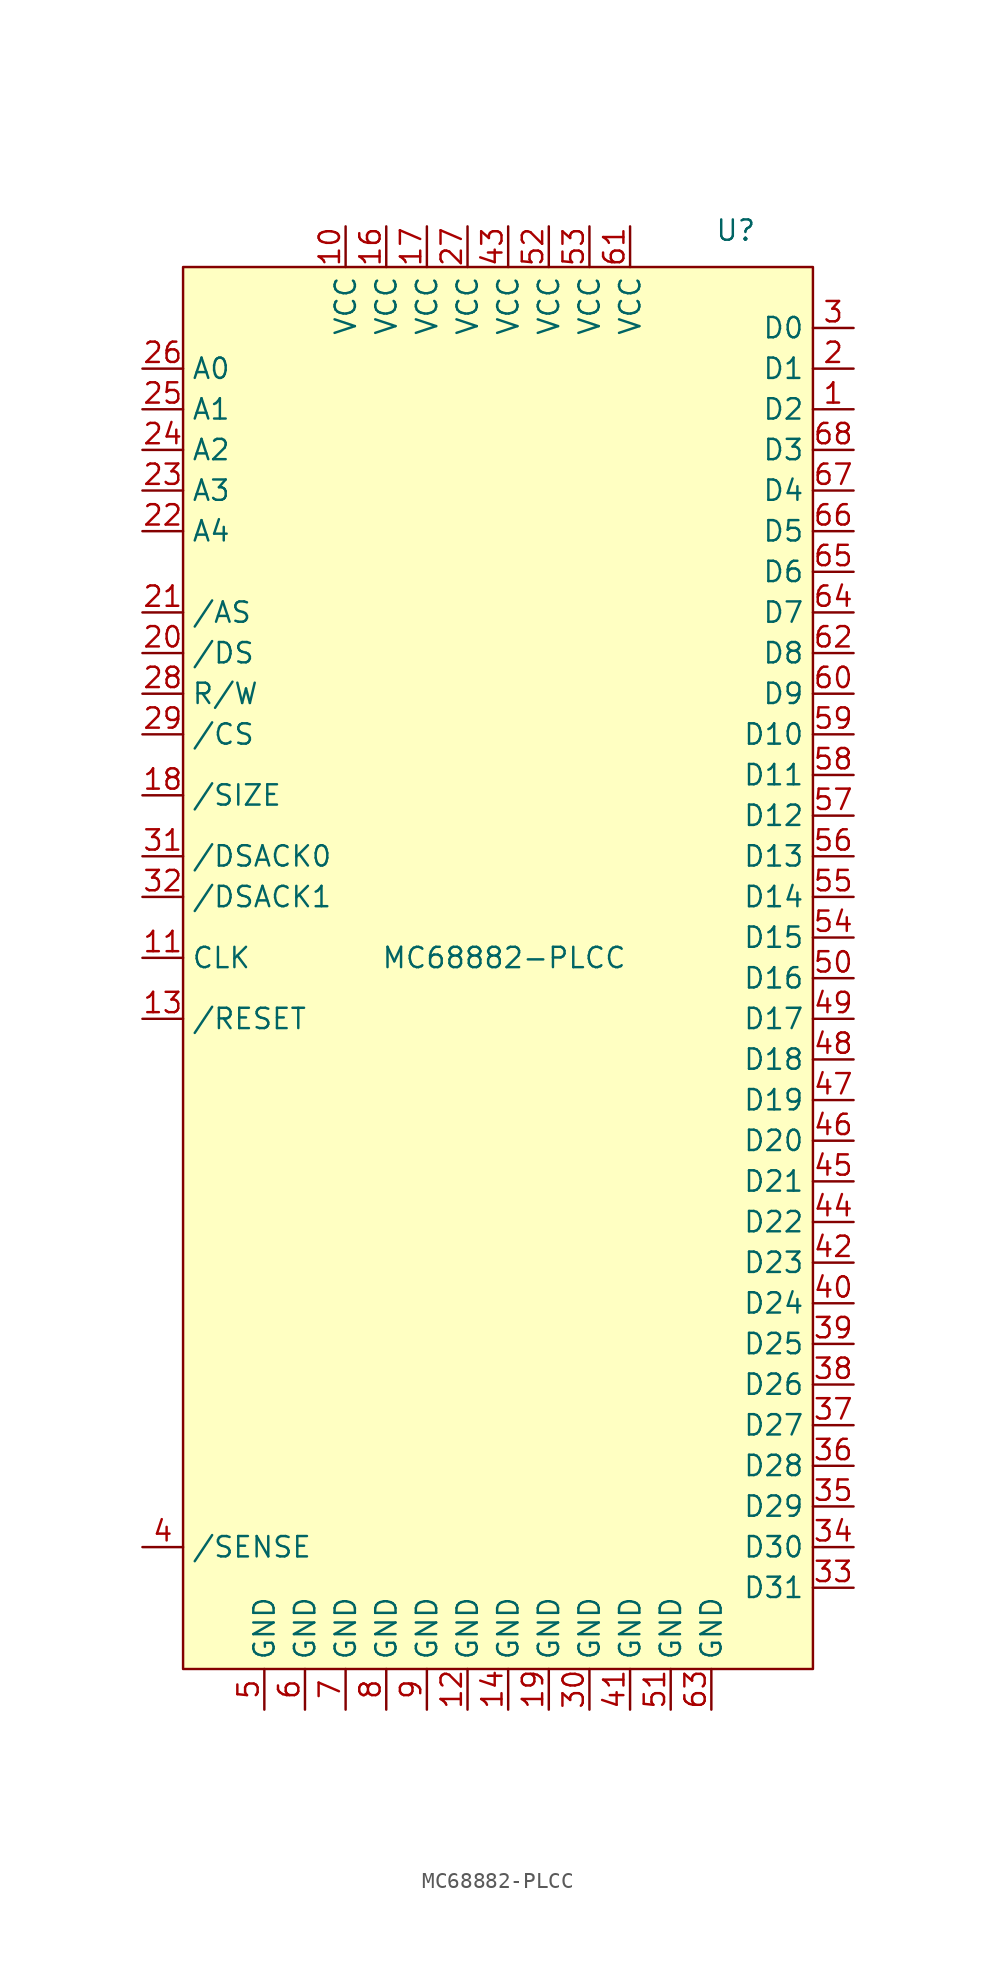
<source format=kicad_sym>
(kicad_symbol_lib
  (version 20241209)
  (generator "kicad_symbol_editor")
  (generator_version "9.0")
  (symbol "MC68882-PLCC"
    (property "Reference" "U"
      (at 15.494 48.006 0)
      (effects (font (size 1.27 1.27))))
    (property "Value" "MC68882-PLCC"
      (at 1.016 2.54 0)
      (effects (font (size 1.27 1.27))))
    (symbol "MC68882-PLCC_1_1"
      (rectangle (start -19.05 45.72) (end 20.32 -41.91) (stroke (width 0) (type default)) (fill (type background)))
      (pin input line (at -21.59 39.37 0) (length 2.54) (name "A0" (effects (font (size 1.27 1.27)))) (number "26" (effects (font (size 1.27 1.27)))))
      (pin input line (at -21.59 36.83 0) (length 2.54) (name "A1" (effects (font (size 1.27 1.27)))) (number "25" (effects (font (size 1.27 1.27)))))
      (pin input line (at -21.59 34.29 0) (length 2.54) (name "A2" (effects (font (size 1.27 1.27)))) (number "24" (effects (font (size 1.27 1.27)))))
      (pin input line (at -21.59 31.75 0) (length 2.54) (name "A3" (effects (font (size 1.27 1.27)))) (number "23" (effects (font (size 1.27 1.27)))))
      (pin input line (at -21.59 29.21 0) (length 2.54) (name "A4" (effects (font (size 1.27 1.27)))) (number "22" (effects (font (size 1.27 1.27)))))
      (pin input line (at -21.59 24.13 0) (length 2.54) (name "/AS" (effects (font (size 1.27 1.27)))) (number "21" (effects (font (size 1.27 1.27)))))
      (pin input line (at -21.59 21.59 0) (length 2.54) (name "/DS" (effects (font (size 1.27 1.27)))) (number "20" (effects (font (size 1.27 1.27)))))
      (pin input line (at -21.59 19.05 0) (length 2.54) (name "R/W" (effects (font (size 1.27 1.27)))) (number "28" (effects (font (size 1.27 1.27)))))
      (pin input line (at -21.59 16.51 0) (length 2.54) (name "/CS" (effects (font (size 1.27 1.27)))) (number "29" (effects (font (size 1.27 1.27)))))
      (pin input line (at -21.59 12.7 0) (length 2.54) (name "/SIZE" (effects (font (size 1.27 1.27)))) (number "18" (effects (font (size 1.27 1.27)))))
      (pin output line (at -21.59 8.89 0) (length 2.54) (name "/DSACK0" (effects (font (size 1.27 1.27)))) (number "31" (effects (font (size 1.27 1.27)))))
      (pin output line (at -21.59 6.35 0) (length 2.54) (name "/DSACK1" (effects (font (size 1.27 1.27)))) (number "32" (effects (font (size 1.27 1.27)))))
      (pin input line (at -21.59 2.54 0) (length 2.54) (name "CLK" (effects (font (size 1.27 1.27)))) (number "11" (effects (font (size 1.27 1.27)))))
      (pin input line (at -21.59 -1.27 0) (length 2.54) (name "/RESET" (effects (font (size 1.27 1.27)))) (number "13" (effects (font (size 1.27 1.27)))))
      (pin no_connect line (at -21.59 -30.48 0) (length 2.54) (hide yes) (name "NC" (effects (font (size 1.27 1.27)))) (number "15" (effects (font (size 1.27 1.27)))))
      (pin input line (at -21.59 -34.29 0) (length 2.54) (name "/SENSE" (effects (font (size 1.27 1.27)))) (number "4" (effects (font (size 1.27 1.27)))))
      (pin input line (at -13.97 -44.45 90) (length 2.54) (name "GND" (effects (font (size 1.27 1.27)))) (number "5" (effects (font (size 1.27 1.27)))))
      (pin input line (at -11.43 -44.45 90) (length 2.54) (name "GND" (effects (font (size 1.27 1.27)))) (number "6" (effects (font (size 1.27 1.27)))))
      (pin input line (at -8.89 48.26 270) (length 2.54) (name "VCC" (effects (font (size 1.27 1.27)))) (number "10" (effects (font (size 1.27 1.27)))))
      (pin input line (at -8.89 -44.45 90) (length 2.54) (name "GND" (effects (font (size 1.27 1.27)))) (number "7" (effects (font (size 1.27 1.27)))))
      (pin input line (at -6.35 48.26 270) (length 2.54) (name "VCC" (effects (font (size 1.27 1.27)))) (number "16" (effects (font (size 1.27 1.27)))))
      (pin input line (at -6.35 -44.45 90) (length 2.54) (name "GND" (effects (font (size 1.27 1.27)))) (number "8" (effects (font (size 1.27 1.27)))))
      (pin input line (at -3.81 48.26 270) (length 2.54) (name "VCC" (effects (font (size 1.27 1.27)))) (number "17" (effects (font (size 1.27 1.27)))))
      (pin input line (at -3.81 -44.45 90) (length 2.54) (name "GND" (effects (font (size 1.27 1.27)))) (number "9" (effects (font (size 1.27 1.27)))))
      (pin input line (at -1.27 48.26 270) (length 2.54) (name "VCC" (effects (font (size 1.27 1.27)))) (number "27" (effects (font (size 1.27 1.27)))))
      (pin input line (at -1.27 -44.45 90) (length 2.54) (name "GND" (effects (font (size 1.27 1.27)))) (number "12" (effects (font (size 1.27 1.27)))))
      (pin input line (at 1.27 48.26 270) (length 2.54) (name "VCC" (effects (font (size 1.27 1.27)))) (number "43" (effects (font (size 1.27 1.27)))))
      (pin input line (at 1.27 -44.45 90) (length 2.54) (name "GND" (effects (font (size 1.27 1.27)))) (number "14" (effects (font (size 1.27 1.27)))))
      (pin input line (at 3.81 48.26 270) (length 2.54) (name "VCC" (effects (font (size 1.27 1.27)))) (number "52" (effects (font (size 1.27 1.27)))))
      (pin input line (at 3.81 -44.45 90) (length 2.54) (name "GND" (effects (font (size 1.27 1.27)))) (number "19" (effects (font (size 1.27 1.27)))))
      (pin input line (at 6.35 48.26 270) (length 2.54) (name "VCC" (effects (font (size 1.27 1.27)))) (number "53" (effects (font (size 1.27 1.27)))))
      (pin input line (at 6.35 -44.45 90) (length 2.54) (name "GND" (effects (font (size 1.27 1.27)))) (number "30" (effects (font (size 1.27 1.27)))))
      (pin input line (at 8.89 48.26 270) (length 2.54) (name "VCC" (effects (font (size 1.27 1.27)))) (number "61" (effects (font (size 1.27 1.27)))))
      (pin input line (at 8.89 -44.45 90) (length 2.54) (name "GND" (effects (font (size 1.27 1.27)))) (number "41" (effects (font (size 1.27 1.27)))))
      (pin input line (at 11.43 -44.45 90) (length 2.54) (name "GND" (effects (font (size 1.27 1.27)))) (number "51" (effects (font (size 1.27 1.27)))))
      (pin input line (at 13.97 -44.45 90) (length 2.54) (name "GND" (effects (font (size 1.27 1.27)))) (number "63" (effects (font (size 1.27 1.27)))))
      (pin input line (at 22.86 41.91 180) (length 2.54) (name "D0" (effects (font (size 1.27 1.27)))) (number "3" (effects (font (size 1.27 1.27)))))
      (pin input line (at 22.86 39.37 180) (length 2.54) (name "D1" (effects (font (size 1.27 1.27)))) (number "2" (effects (font (size 1.27 1.27)))))
      (pin input line (at 22.86 36.83 180) (length 2.54) (name "D2" (effects (font (size 1.27 1.27)))) (number "1" (effects (font (size 1.27 1.27)))))
      (pin input line (at 22.86 34.29 180) (length 2.54) (name "D3" (effects (font (size 1.27 1.27)))) (number "68" (effects (font (size 1.27 1.27)))))
      (pin input line (at 22.86 31.75 180) (length 2.54) (name "D4" (effects (font (size 1.27 1.27)))) (number "67" (effects (font (size 1.27 1.27)))))
      (pin input line (at 22.86 29.21 180) (length 2.54) (name "D5" (effects (font (size 1.27 1.27)))) (number "66" (effects (font (size 1.27 1.27)))))
      (pin input line (at 22.86 26.67 180) (length 2.54) (name "D6" (effects (font (size 1.27 1.27)))) (number "65" (effects (font (size 1.27 1.27)))))
      (pin input line (at 22.86 24.13 180) (length 2.54) (name "D7" (effects (font (size 1.27 1.27)))) (number "64" (effects (font (size 1.27 1.27)))))
      (pin input line (at 22.86 21.59 180) (length 2.54) (name "D8" (effects (font (size 1.27 1.27)))) (number "62" (effects (font (size 1.27 1.27)))))
      (pin input line (at 22.86 19.05 180) (length 2.54) (name "D9" (effects (font (size 1.27 1.27)))) (number "60" (effects (font (size 1.27 1.27)))))
      (pin input line (at 22.86 16.51 180) (length 2.54) (name "D10" (effects (font (size 1.27 1.27)))) (number "59" (effects (font (size 1.27 1.27)))))
      (pin input line (at 22.86 13.97 180) (length 2.54) (name "D11" (effects (font (size 1.27 1.27)))) (number "58" (effects (font (size 1.27 1.27)))))
      (pin input line (at 22.86 11.43 180) (length 2.54) (name "D12" (effects (font (size 1.27 1.27)))) (number "57" (effects (font (size 1.27 1.27)))))
      (pin input line (at 22.86 8.89 180) (length 2.54) (name "D13" (effects (font (size 1.27 1.27)))) (number "56" (effects (font (size 1.27 1.27)))))
      (pin input line (at 22.86 6.35 180) (length 2.54) (name "D14" (effects (font (size 1.27 1.27)))) (number "55" (effects (font (size 1.27 1.27)))))
      (pin input line (at 22.86 3.81 180) (length 2.54) (name "D15" (effects (font (size 1.27 1.27)))) (number "54" (effects (font (size 1.27 1.27)))))
      (pin input line (at 22.86 1.27 180) (length 2.54) (name "D16" (effects (font (size 1.27 1.27)))) (number "50" (effects (font (size 1.27 1.27)))))
      (pin input line (at 22.86 -1.27 180) (length 2.54) (name "D17" (effects (font (size 1.27 1.27)))) (number "49" (effects (font (size 1.27 1.27)))))
      (pin input line (at 22.86 -3.81 180) (length 2.54) (name "D18" (effects (font (size 1.27 1.27)))) (number "48" (effects (font (size 1.27 1.27)))))
      (pin input line (at 22.86 -6.35 180) (length 2.54) (name "D19" (effects (font (size 1.27 1.27)))) (number "47" (effects (font (size 1.27 1.27)))))
      (pin input line (at 22.86 -8.89 180) (length 2.54) (name "D20" (effects (font (size 1.27 1.27)))) (number "46" (effects (font (size 1.27 1.27)))))
      (pin input line (at 22.86 -11.43 180) (length 2.54) (name "D21" (effects (font (size 1.27 1.27)))) (number "45" (effects (font (size 1.27 1.27)))))
      (pin input line (at 22.86 -13.97 180) (length 2.54) (name "D22" (effects (font (size 1.27 1.27)))) (number "44" (effects (font (size 1.27 1.27)))))
      (pin input line (at 22.86 -16.51 180) (length 2.54) (name "D23" (effects (font (size 1.27 1.27)))) (number "42" (effects (font (size 1.27 1.27)))))
      (pin input line (at 22.86 -19.05 180) (length 2.54) (name "D24" (effects (font (size 1.27 1.27)))) (number "40" (effects (font (size 1.27 1.27)))))
      (pin input line (at 22.86 -21.59 180) (length 2.54) (name "D25" (effects (font (size 1.27 1.27)))) (number "39" (effects (font (size 1.27 1.27)))))
      (pin input line (at 22.86 -24.13 180) (length 2.54) (name "D26" (effects (font (size 1.27 1.27)))) (number "38" (effects (font (size 1.27 1.27)))))
      (pin input line (at 22.86 -26.67 180) (length 2.54) (name "D27" (effects (font (size 1.27 1.27)))) (number "37" (effects (font (size 1.27 1.27)))))
      (pin input line (at 22.86 -29.21 180) (length 2.54) (name "D28" (effects (font (size 1.27 1.27)))) (number "36" (effects (font (size 1.27 1.27)))))
      (pin input line (at 22.86 -31.75 180) (length 2.54) (name "D29" (effects (font (size 1.27 1.27)))) (number "35" (effects (font (size 1.27 1.27)))))
      (pin input line (at 22.86 -34.29 180) (length 2.54) (name "D30" (effects (font (size 1.27 1.27)))) (number "34" (effects (font (size 1.27 1.27)))))
      (pin input line (at 22.86 -36.83 180) (length 2.54) (name "D31" (effects (font (size 1.27 1.27)))) (number "33" (effects (font (size 1.27 1.27))))))))
</source>
